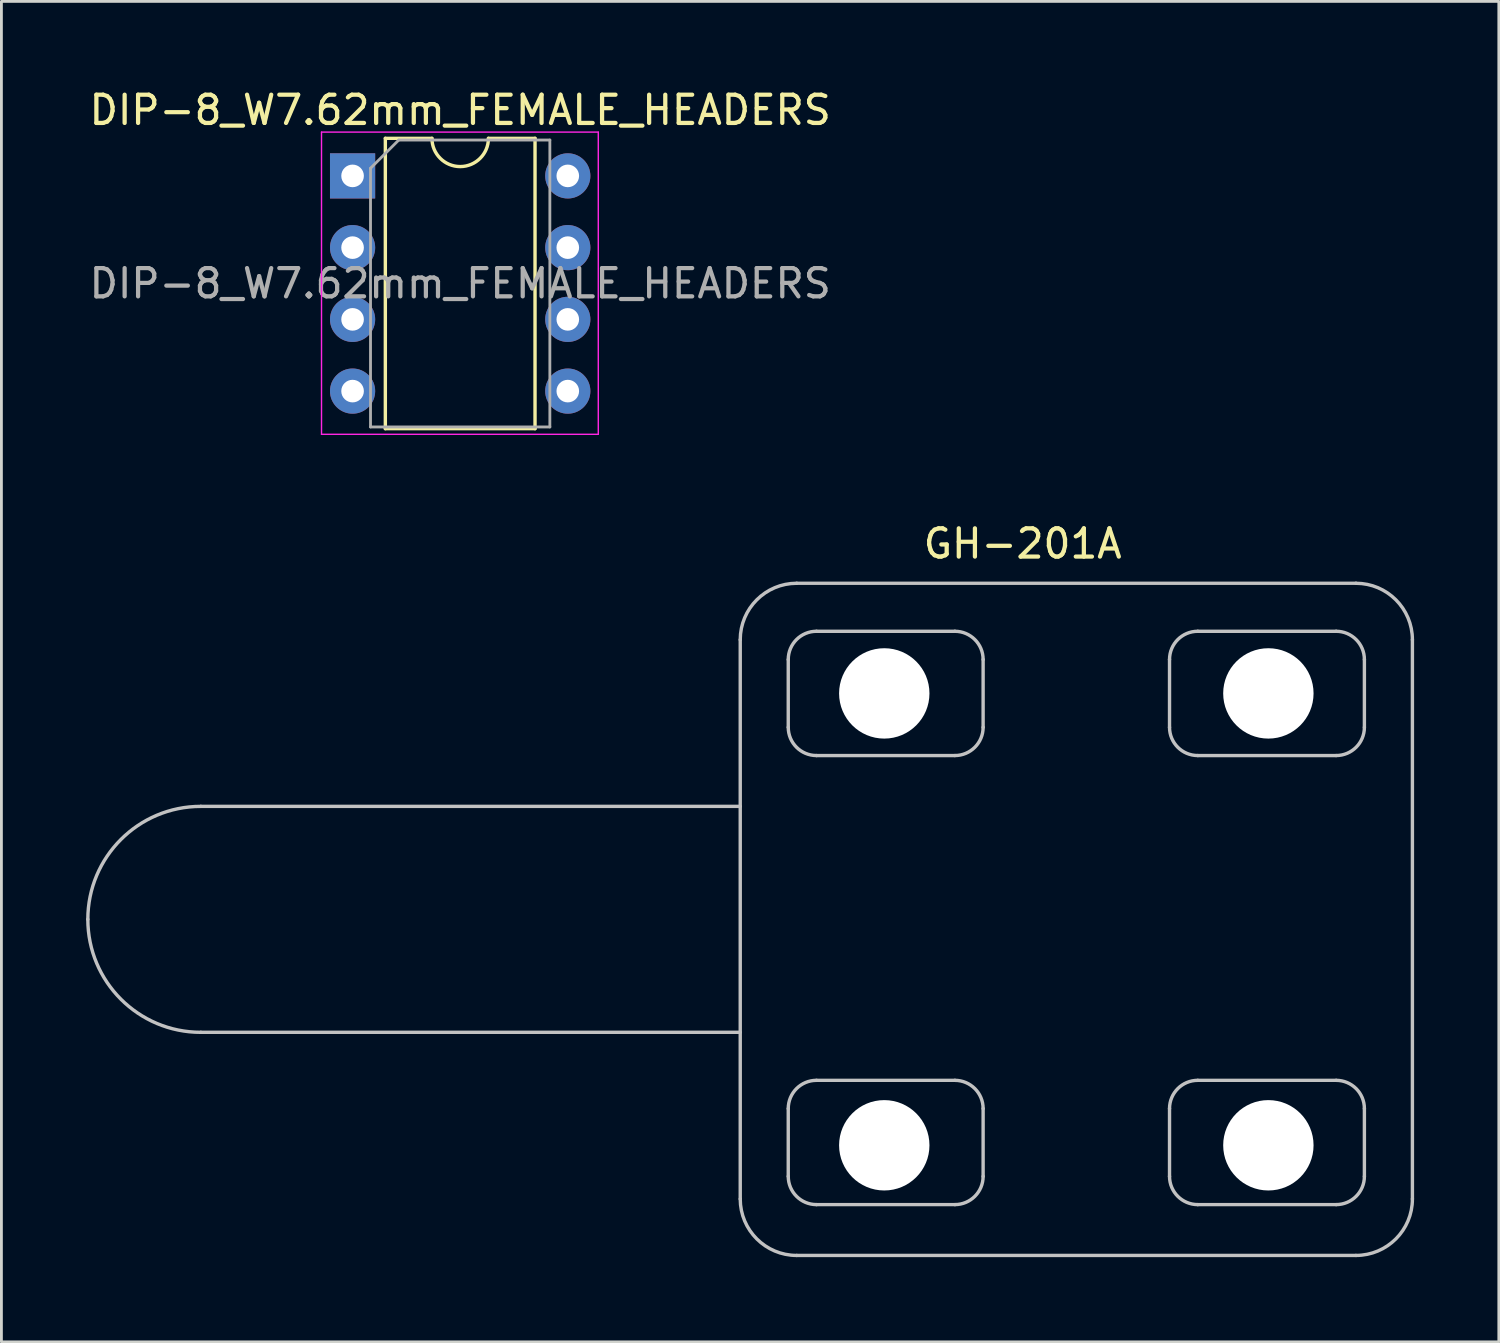
<source format=kicad_pcb>
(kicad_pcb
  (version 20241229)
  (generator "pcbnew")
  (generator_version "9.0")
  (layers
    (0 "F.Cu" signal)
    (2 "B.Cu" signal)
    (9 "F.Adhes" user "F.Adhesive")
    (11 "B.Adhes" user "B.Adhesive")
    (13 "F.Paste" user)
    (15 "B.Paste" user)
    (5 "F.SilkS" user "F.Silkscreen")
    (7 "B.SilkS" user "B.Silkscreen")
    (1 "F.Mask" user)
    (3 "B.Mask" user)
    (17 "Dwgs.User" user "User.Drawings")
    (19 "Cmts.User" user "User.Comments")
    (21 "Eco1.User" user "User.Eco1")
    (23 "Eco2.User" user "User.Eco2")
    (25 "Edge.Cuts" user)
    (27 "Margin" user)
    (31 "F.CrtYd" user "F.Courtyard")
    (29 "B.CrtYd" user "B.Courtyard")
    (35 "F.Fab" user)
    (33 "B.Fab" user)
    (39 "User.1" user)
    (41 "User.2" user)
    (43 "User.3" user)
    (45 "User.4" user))
  (footprint "DIP-8_W7.62mm_FEMALE_HEADERS"
    (layer "F.Cu")
    (at 9.434 3.178)
    (property "Reference" "DIP-8_W7.62mm_FEMALE_HEADERS" (at 3.81 -2.33 0) (layer "F.SilkS") (effects (font (size 1 1) (thickness 0.15))))
    (attr through_hole)
    (fp_line (start 1.16 -1.33) (end 1.16 8.95) (stroke (width 0.12) (type solid)) (layer "F.SilkS"))
    (fp_line (start 1.16 8.95) (end 6.46 8.95) (stroke (width 0.12) (type solid)) (layer "F.SilkS"))
    (fp_line (start 2.81 -1.33) (end 1.16 -1.33) (stroke (width 0.12) (type solid)) (layer "F.SilkS"))
    (fp_line (start 6.46 -1.33) (end 4.81 -1.33) (stroke (width 0.12) (type solid)) (layer "F.SilkS"))
    (fp_line (start 6.46 8.95) (end 6.46 -1.33) (stroke (width 0.12) (type solid)) (layer "F.SilkS"))
    (fp_arc (start 4.81 -1.33) (mid 3.81 -0.33) (end 2.81 -1.33) (stroke (width 0.12) (type solid)) (layer "F.SilkS"))
    (fp_line (start -1.1 -1.55) (end -1.1 9.15) (stroke (width 0.05) (type solid)) (layer "F.CrtYd"))
    (fp_line (start -1.1 9.15) (end 8.7 9.15) (stroke (width 0.05) (type solid)) (layer "F.CrtYd"))
    (fp_line (start 8.7 -1.55) (end -1.1 -1.55) (stroke (width 0.05) (type solid)) (layer "F.CrtYd"))
    (fp_line (start 8.7 9.15) (end 8.7 -1.55) (stroke (width 0.05) (type solid)) (layer "F.CrtYd"))
    (fp_line (start 0.635 -0.27) (end 1.635 -1.27) (stroke (width 0.1) (type solid)) (layer "F.Fab"))
    (fp_line (start 0.635 8.89) (end 0.635 -0.27) (stroke (width 0.1) (type solid)) (layer "F.Fab"))
    (fp_line (start 1.635 -1.27) (end 6.985 -1.27) (stroke (width 0.1) (type solid)) (layer "F.Fab"))
    (fp_line (start 6.985 -1.27) (end 6.985 8.89) (stroke (width 0.1) (type solid)) (layer "F.Fab"))
    (fp_line (start 6.985 8.89) (end 0.635 8.89) (stroke (width 0.1) (type solid)) (layer "F.Fab"))
    (fp_text user "${REFERENCE}" (at 3.81 3.81 0) (layer "F.Fab") (effects (font (size 1 1) (thickness 0.15))))
    (pad "1" thru_hole rect (at 0 0) (size 1.6 1.6) (drill 0.8) (layers "*.Cu" "*.Mask"))
    (pad "2" thru_hole oval (at 0 2.54) (size 1.6 1.6) (drill 0.8) (layers "*.Cu" "*.Mask"))
    (pad "3" thru_hole oval (at 0 5.08) (size 1.6 1.6) (drill 0.8) (layers "*.Cu" "*.Mask"))
    (pad "4" thru_hole oval (at 0 7.62) (size 1.6 1.6) (drill 0.8) (layers "*.Cu" "*.Mask"))
    (pad "5" thru_hole oval (at 7.62 7.62) (size 1.6 1.6) (drill 0.8) (layers "*.Cu" "*.Mask"))
    (pad "6" thru_hole oval (at 7.62 5.08) (size 1.6 1.6) (drill 0.8) (layers "*.Cu" "*.Mask"))
    (pad "7" thru_hole oval (at 7.62 2.54) (size 1.6 1.6) (drill 0.8) (layers "*.Cu" "*.Mask"))
    (pad "8" thru_hole oval (at 7.62 0) (size 1.6 1.6) (drill 0.8) (layers "*.Cu" "*.Mask")))
  (footprint "GH-201A"
    (layer "F.Cu")
    (at 35.06 29.502)
    (property "Reference" "GH-201A" (at -1.9 -13.3 0) (layer "F.SilkS") (effects (font (size 1 1) (thickness 0.15))))
    (attr through_hole)
    (fp_line (start -11.9 -4) (end -31 -4) (stroke (width 0.12) (type solid)) (layer "Dwgs.User"))
    (fp_line (start -11.9 4) (end -31 4) (stroke (width 0.12) (type solid)) (layer "Dwgs.User"))
    (fp_line (start -11.9 9.9) (end -11.9 -9.9) (stroke (width 0.12) (type solid)) (layer "Dwgs.User"))
    (fp_line (start -10.2 -6.8) (end -10.2 -9.2) (stroke (width 0.12) (type solid)) (layer "Dwgs.User"))
    (fp_line (start -10.2 9.1) (end -10.2 6.7) (stroke (width 0.12) (type solid)) (layer "Dwgs.User"))
    (fp_line (start -9.9 -11.9) (end 9.9 -11.9) (stroke (width 0.12) (type solid)) (layer "Dwgs.User"))
    (fp_line (start -9.2 -10.2) (end -4.3 -10.2) (stroke (width 0.12) (type solid)) (layer "Dwgs.User"))
    (fp_line (start -9.2 5.7) (end -4.3 5.7) (stroke (width 0.12) (type solid)) (layer "Dwgs.User"))
    (fp_line (start -4.3 -5.8) (end -9.2 -5.8) (stroke (width 0.12) (type solid)) (layer "Dwgs.User"))
    (fp_line (start -4.3 10.1) (end -9.2 10.1) (stroke (width 0.12) (type solid)) (layer "Dwgs.User"))
    (fp_line (start -3.3 -9.2) (end -3.3 -6.8) (stroke (width 0.12) (type solid)) (layer "Dwgs.User"))
    (fp_line (start -3.3 6.7) (end -3.3 9.1) (stroke (width 0.12) (type solid)) (layer "Dwgs.User"))
    (fp_line (start 3.3 -6.8) (end 3.3 -9.2) (stroke (width 0.12) (type solid)) (layer "Dwgs.User"))
    (fp_line (start 3.3 9.1) (end 3.3 6.7) (stroke (width 0.12) (type solid)) (layer "Dwgs.User"))
    (fp_line (start 4.3 -10.2) (end 9.2 -10.2) (stroke (width 0.12) (type solid)) (layer "Dwgs.User"))
    (fp_line (start 4.3 5.7) (end 9.2 5.7) (stroke (width 0.12) (type solid)) (layer "Dwgs.User"))
    (fp_line (start 9.2 -5.8) (end 4.3 -5.8) (stroke (width 0.12) (type solid)) (layer "Dwgs.User"))
    (fp_line (start 9.2 10.1) (end 4.3 10.1) (stroke (width 0.12) (type solid)) (layer "Dwgs.User"))
    (fp_line (start 9.9 11.9) (end -9.9 11.9) (stroke (width 0.12) (type solid)) (layer "Dwgs.User"))
    (fp_line (start 10.2 -9.2) (end 10.2 -6.8) (stroke (width 0.12) (type solid)) (layer "Dwgs.User"))
    (fp_line (start 10.2 6.7) (end 10.2 9.1) (stroke (width 0.12) (type solid)) (layer "Dwgs.User"))
    (fp_line (start 11.9 -9.9) (end 11.9 9.9) (stroke (width 0.12) (type solid)) (layer "Dwgs.User"))
    (fp_arc (start -35 0) (mid -33.828427 -2.828427) (end -31 -4) (stroke (width 0.12) (type solid)) (layer "Dwgs.User"))
    (fp_arc (start -31 4) (mid -33.828427 2.828427) (end -35 0) (stroke (width 0.12) (type solid)) (layer "Dwgs.User"))
    (fp_arc (start -11.9 -9.9) (mid -11.314214 -11.314214) (end -9.9 -11.9) (stroke (width 0.12) (type solid)) (layer "Dwgs.User"))
    (fp_arc (start -10.2 -9.2) (mid -9.907107 -9.907107) (end -9.2 -10.2) (stroke (width 0.12) (type solid)) (layer "Dwgs.User"))
    (fp_arc (start -10.2 6.7) (mid -9.907107 5.992893) (end -9.2 5.7) (stroke (width 0.12) (type solid)) (layer "Dwgs.User"))
    (fp_arc (start -9.9 11.9) (mid -11.314214 11.314214) (end -11.9 9.9) (stroke (width 0.12) (type solid)) (layer "Dwgs.User"))
    (fp_arc (start -9.2 -5.8) (mid -9.907107 -6.092893) (end -10.2 -6.8) (stroke (width 0.12) (type solid)) (layer "Dwgs.User"))
    (fp_arc (start -9.2 10.1) (mid -9.907107 9.807107) (end -10.2 9.1) (stroke (width 0.12) (type solid)) (layer "Dwgs.User"))
    (fp_arc (start -4.3 -10.2) (mid -3.592893 -9.907107) (end -3.3 -9.2) (stroke (width 0.12) (type solid)) (layer "Dwgs.User"))
    (fp_arc (start -4.3 5.7) (mid -3.592893 5.992893) (end -3.3 6.7) (stroke (width 0.12) (type solid)) (layer "Dwgs.User"))
    (fp_arc (start -3.3 -6.8) (mid -3.592893 -6.092893) (end -4.3 -5.8) (stroke (width 0.12) (type solid)) (layer "Dwgs.User"))
    (fp_arc (start -3.3 9.1) (mid -3.592893 9.807107) (end -4.3 10.1) (stroke (width 0.12) (type solid)) (layer "Dwgs.User"))
    (fp_arc (start 3.3 -9.2) (mid 3.592893 -9.907107) (end 4.3 -10.2) (stroke (width 0.12) (type solid)) (layer "Dwgs.User"))
    (fp_arc (start 3.3 6.7) (mid 3.592893 5.992893) (end 4.3 5.7) (stroke (width 0.12) (type solid)) (layer "Dwgs.User"))
    (fp_arc (start 4.3 -5.8) (mid 3.592893 -6.092893) (end 3.3 -6.8) (stroke (width 0.12) (type solid)) (layer "Dwgs.User"))
    (fp_arc (start 4.3 10.1) (mid 3.592893 9.807107) (end 3.3 9.1) (stroke (width 0.12) (type solid)) (layer "Dwgs.User"))
    (fp_arc (start 9.2 -10.2) (mid 9.907107 -9.907107) (end 10.2 -9.2) (stroke (width 0.12) (type solid)) (layer "Dwgs.User"))
    (fp_arc (start 9.2 5.7) (mid 9.907107 5.992893) (end 10.2 6.7) (stroke (width 0.12) (type solid)) (layer "Dwgs.User"))
    (fp_arc (start 9.9 -11.9) (mid 11.314214 -11.314214) (end 11.9 -9.9) (stroke (width 0.12) (type solid)) (layer "Dwgs.User"))
    (fp_arc (start 10.2 -6.8) (mid 9.907107 -6.092893) (end 9.2 -5.8) (stroke (width 0.12) (type solid)) (layer "Dwgs.User"))
    (fp_arc (start 10.2 9.1) (mid 9.907107 9.807107) (end 9.2 10.1) (stroke (width 0.12) (type solid)) (layer "Dwgs.User"))
    (fp_arc (start 11.9 9.9) (mid 11.314214 11.314214) (end 9.9 11.9) (stroke (width 0.12) (type solid)) (layer "Dwgs.User"))
    (pad "" np_thru_hole circle (at -6.8 -8) (size 3.2 3.2) (drill 3.2) (layers "*.Cu" "*.Mask"))
    (pad "" np_thru_hole circle (at -6.8 8) (size 3.2 3.2) (drill 3.2) (layers "*.Cu" "*.Mask"))
    (pad "" np_thru_hole circle (at 6.8 -8) (size 3.2 3.2) (drill 3.2) (layers "*.Cu" "*.Mask"))
    (pad "" np_thru_hole circle (at 6.8 8) (size 3.2 3.2) (drill 3.2) (layers "*.Cu" "*.Mask")))
  (gr_rect
    (start -3 -3)
    (end 50.02 44.462)
    (stroke (width 0.1) (type default))
    (fill no)
    (layer "Edge.Cuts")))
</source>
